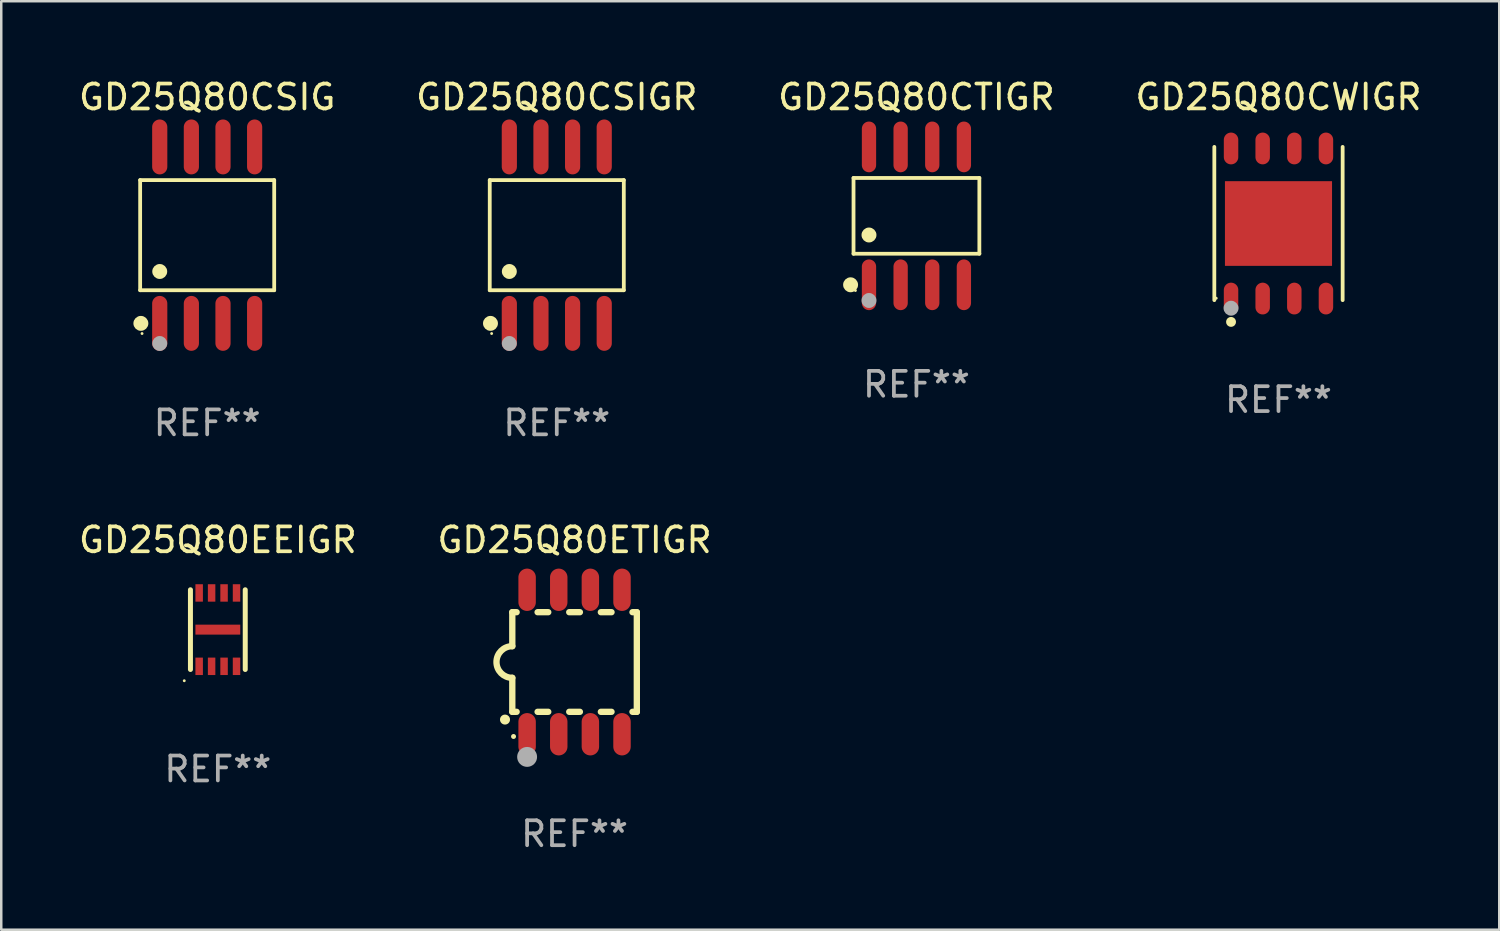
<source format=kicad_pcb>
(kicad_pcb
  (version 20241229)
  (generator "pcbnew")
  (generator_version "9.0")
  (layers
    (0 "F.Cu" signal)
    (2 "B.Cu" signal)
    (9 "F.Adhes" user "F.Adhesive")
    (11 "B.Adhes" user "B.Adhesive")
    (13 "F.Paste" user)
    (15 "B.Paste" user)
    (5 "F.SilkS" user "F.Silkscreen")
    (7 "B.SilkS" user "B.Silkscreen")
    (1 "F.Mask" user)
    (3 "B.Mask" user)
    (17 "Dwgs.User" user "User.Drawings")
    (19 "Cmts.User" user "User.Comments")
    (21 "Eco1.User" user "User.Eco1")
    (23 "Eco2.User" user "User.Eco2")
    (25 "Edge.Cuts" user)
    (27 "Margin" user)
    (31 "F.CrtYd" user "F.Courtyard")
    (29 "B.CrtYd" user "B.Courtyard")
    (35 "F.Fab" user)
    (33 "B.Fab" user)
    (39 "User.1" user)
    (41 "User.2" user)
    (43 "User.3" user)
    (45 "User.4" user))
  (footprint "GD25Q80CTIGR"
    (layer "F.Cu")
    (at 33.744 5.616)
    (property "Reference" "GD25Q80CTIGR" (at 0 -4.768 0) (layer "F.SilkS") (effects (font (size 1 1) (thickness 0.15))))
    (attr through_hole)
    (fp_line (start -2.526 -1.521) (end 2.526 -1.521) (stroke (width 0.152) (type solid)) (layer "F.SilkS"))
    (fp_line (start -2.526 1.521) (end -2.526 -1.521) (stroke (width 0.152) (type solid)) (layer "F.SilkS"))
    (fp_line (start 2.526 -1.521) (end 2.526 1.521) (stroke (width 0.152) (type solid)) (layer "F.SilkS"))
    (fp_line (start 2.526 1.521) (end -2.526 1.521) (stroke (width 0.152) (type solid)) (layer "F.SilkS"))
    (fp_circle (center -2.644 2.768) (end -2.494 2.768) (stroke (width 0.3) (type solid)) (fill no) (layer "F.SilkS"))
    (fp_circle (center -2.45 2.998) (end -2.42 2.998) (stroke (width 0.06) (type solid)) (fill no) (layer "F.SilkS"))
    (fp_circle (center -1.905 0.769) (end -1.755 0.769) (stroke (width 0.3) (type solid)) (fill no) (layer "F.SilkS"))
    (fp_circle (center -1.905 3.398) (end -1.755 3.398) (stroke (width 0.3) (type solid)) (fill no) (layer "F.Fab"))
    (fp_text user "REF**" (at 0 6.768 0) (layer "F.Fab") (effects (font (size 1 1) (thickness 0.15))))
    (pad "1" smd oval (at -1.905 2.768) (size 0.574 2.036) (layers "F.Cu" "F.Mask" "F.Paste"))
    (pad "2" smd oval (at -0.635 2.768) (size 0.574 2.036) (layers "F.Cu" "F.Mask" "F.Paste"))
    (pad "3" smd oval (at 0.635 2.768) (size 0.574 2.036) (layers "F.Cu" "F.Mask" "F.Paste"))
    (pad "4" smd oval (at 1.905 2.768) (size 0.574 2.036) (layers "F.Cu" "F.Mask" "F.Paste"))
    (pad "5" smd oval (at 1.905 -2.768) (size 0.574 2.036) (layers "F.Cu" "F.Mask" "F.Paste"))
    (pad "6" smd oval (at 0.635 -2.768) (size 0.574 2.036) (layers "F.Cu" "F.Mask" "F.Paste"))
    (pad "7" smd oval (at -0.635 -2.768) (size 0.574 2.036) (layers "F.Cu" "F.Mask" "F.Paste"))
    (pad "8" smd oval (at -1.905 -2.768) (size 0.574 2.036) (layers "F.Cu" "F.Mask" "F.Paste")))
  (footprint "GD25Q80CSIG"
    (layer "F.Cu")
    (at 5.268 6.391)
    (property "Reference" "GD25Q80CSIG" (at 0 -5.542 0) (layer "F.SilkS") (effects (font (size 1 1) (thickness 0.15))))
    (attr through_hole)
    (fp_line (start -2.691 -2.211) (end 2.691 -2.211) (stroke (width 0.152) (type solid)) (layer "F.SilkS"))
    (fp_line (start -2.691 2.211) (end -2.691 -2.211) (stroke (width 0.152) (type solid)) (layer "F.SilkS"))
    (fp_line (start 2.691 -2.211) (end 2.691 2.211) (stroke (width 0.152) (type solid)) (layer "F.SilkS"))
    (fp_line (start 2.691 2.211) (end -2.691 2.211) (stroke (width 0.152) (type solid)) (layer "F.SilkS"))
    (fp_circle (center -2.662 3.542) (end -2.512 3.542) (stroke (width 0.3) (type solid)) (fill no) (layer "F.SilkS"))
    (fp_circle (center -2.615 3.95) (end -2.585 3.95) (stroke (width 0.06) (type solid)) (fill no) (layer "F.SilkS"))
    (fp_circle (center -1.905 1.459) (end -1.755 1.459) (stroke (width 0.3) (type solid)) (fill no) (layer "F.SilkS"))
    (fp_circle (center -1.905 4.35) (end -1.755 4.35) (stroke (width 0.3) (type solid)) (fill no) (layer "F.Fab"))
    (fp_text user "REF**" (at 0 7.542 0) (layer "F.Fab") (effects (font (size 1 1) (thickness 0.15))))
    (pad "1" smd oval (at -1.905 3.542) (size 0.609 2.204) (layers "F.Cu" "F.Mask" "F.Paste"))
    (pad "2" smd oval (at -0.635 3.542) (size 0.609 2.204) (layers "F.Cu" "F.Mask" "F.Paste"))
    (pad "3" smd oval (at 0.635 3.542) (size 0.609 2.204) (layers "F.Cu" "F.Mask" "F.Paste"))
    (pad "4" smd oval (at 1.905 3.542) (size 0.609 2.204) (layers "F.Cu" "F.Mask" "F.Paste"))
    (pad "5" smd oval (at 1.905 -3.542) (size 0.609 2.204) (layers "F.Cu" "F.Mask" "F.Paste"))
    (pad "6" smd oval (at 0.635 -3.542) (size 0.609 2.204) (layers "F.Cu" "F.Mask" "F.Paste"))
    (pad "7" smd oval (at -0.635 -3.542) (size 0.609 2.204) (layers "F.Cu" "F.Mask" "F.Paste"))
    (pad "8" smd oval (at -1.905 -3.542) (size 0.609 2.204) (layers "F.Cu" "F.Mask" "F.Paste")))
  (footprint "GD25Q80ETIGR"
    (layer "F.Cu")
    (at 20.018 23.529)
    (property "Reference" "GD25Q80ETIGR" (at 0 -4.9 0) (layer "F.SilkS") (effects (font (size 1 1) (thickness 0.15))))
    (attr through_hole)
    (fp_line (start -2.5 -2) (end -2.5 -0.635) (stroke (width 0.254) (type solid)) (layer "F.SilkS"))
    (fp_line (start -2.5 -2) (end -2.326 -2) (stroke (width 0.254) (type solid)) (layer "F.SilkS"))
    (fp_line (start -2.5 2) (end -2.5 0.635) (stroke (width 0.254) (type solid)) (layer "F.SilkS"))
    (fp_line (start -2.5 2) (end -2.326 2) (stroke (width 0.254) (type solid)) (layer "F.SilkS"))
    (fp_line (start -1.484 -2) (end -1.056 -2) (stroke (width 0.254) (type solid)) (layer "F.SilkS"))
    (fp_line (start -1.484 2) (end -1.056 2) (stroke (width 0.254) (type solid)) (layer "F.SilkS"))
    (fp_line (start -0.214 -2) (end 0.214 -2) (stroke (width 0.254) (type solid)) (layer "F.SilkS"))
    (fp_line (start -0.214 2) (end 0.214 2) (stroke (width 0.254) (type solid)) (layer "F.SilkS"))
    (fp_line (start 1.056 -2) (end 1.484 -2) (stroke (width 0.254) (type solid)) (layer "F.SilkS"))
    (fp_line (start 1.056 2) (end 1.484 2) (stroke (width 0.254) (type solid)) (layer "F.SilkS"))
    (fp_line (start 2.326 -2) (end 2.5 -2) (stroke (width 0.254) (type solid)) (layer "F.SilkS"))
    (fp_line (start 2.326 2) (end 2.5 2) (stroke (width 0.254) (type solid)) (layer "F.SilkS"))
    (fp_line (start 2.5 -2) (end 2.5 2) (stroke (width 0.254) (type solid)) (layer "F.SilkS"))
    (fp_arc (start -2.794006 2.311405) (mid -2.792736 2.311401) (end -2.791466 2.311405) (stroke (width 0.4) (type solid)) (layer "F.SilkS"))
    (fp_arc (start -2.5 0.635001) (mid -3.134366 -0.000318) (end -2.499365 -0.635001) (stroke (width 0.254001) (type solid)) (layer "F.SilkS"))
    (fp_circle (center -2.45 2.99) (end -2.4 2.99) (stroke (width 0.1) (type solid)) (fill no) (layer "F.SilkS"))
    (fp_circle (center -1.905 3.81) (end -1.705 3.81) (stroke (width 0.4) (type solid)) (fill no) (layer "F.Fab"))
    (fp_text user "REF**" (at 0 6.9 0) (layer "F.Fab") (effects (font (size 1 1) (thickness 0.15))))
    (pad "1" smd oval (at -1.905 2.9 180) (size 0.7 1.7) (layers "F.Cu" "F.Mask" "F.Paste"))
    (pad "2" smd oval (at -0.635 2.9 180) (size 0.7 1.7) (layers "F.Cu" "F.Mask" "F.Paste"))
    (pad "3" smd oval (at 0.635 2.9 180) (size 0.7 1.7) (layers "F.Cu" "F.Mask" "F.Paste"))
    (pad "4" smd oval (at 1.905 2.9 180) (size 0.7 1.7) (layers "F.Cu" "F.Mask" "F.Paste"))
    (pad "5" smd oval (at 1.905 -2.9 180) (size 0.7 1.7) (layers "F.Cu" "F.Mask" "F.Paste"))
    (pad "6" smd oval (at 0.635 -2.9 180) (size 0.7 1.7) (layers "F.Cu" "F.Mask" "F.Paste"))
    (pad "7" smd oval (at -0.635 -2.9 180) (size 0.7 1.7) (layers "F.Cu" "F.Mask" "F.Paste"))
    (pad "8" smd oval (at -1.905 -2.9 180) (size 0.7 1.7) (layers "F.Cu" "F.Mask" "F.Paste")))
  (footprint "GD25Q80CWIGR"
    (layer "F.Cu")
    (at 48.28 5.924)
    (property "Reference" "GD25Q80CWIGR" (at 0 -5.076 0) (layer "F.SilkS") (effects (font (size 1 1) (thickness 0.15))))
    (attr through_hole)
    (fp_line (start -2.576 3.076) (end -2.576 -3.076) (stroke (width 0.152) (type solid)) (layer "F.SilkS"))
    (fp_line (start 2.576 -3.076) (end 2.576 3.076) (stroke (width 0.152) (type solid)) (layer "F.SilkS"))
    (fp_circle (center -2.5 3) (end -2.47 3) (stroke (width 0.06) (type solid)) (fill no) (layer "F.SilkS"))
    (fp_circle (center -1.905 3.95) (end -1.805 3.95) (stroke (width 0.2) (type solid)) (fill no) (layer "F.SilkS"))
    (fp_circle (center -1.905 3.4) (end -1.755 3.4) (stroke (width 0.3) (type solid)) (fill no) (layer "F.Fab"))
    (fp_text user "REF**" (at 0 7.076 0) (layer "F.Fab") (effects (font (size 1 1) (thickness 0.15))))
    (pad "1" smd oval (at -1.905 3.013) (size 0.581 1.276) (layers "F.Cu" "F.Mask" "F.Paste"))
    (pad "2" smd oval (at -0.635 3.013) (size 0.581 1.276) (layers "F.Cu" "F.Mask" "F.Paste"))
    (pad "3" smd oval (at 0.635 3.013) (size 0.581 1.276) (layers "F.Cu" "F.Mask" "F.Paste"))
    (pad "4" smd oval (at 1.905 3.013) (size 0.581 1.276) (layers "F.Cu" "F.Mask" "F.Paste"))
    (pad "5" smd oval (at 1.905 -3.013) (size 0.581 1.276) (layers "F.Cu" "F.Mask" "F.Paste"))
    (pad "6" smd oval (at 0.635 -3.013) (size 0.581 1.276) (layers "F.Cu" "F.Mask" "F.Paste"))
    (pad "7" smd oval (at -0.635 -3.013) (size 0.581 1.276) (layers "F.Cu" "F.Mask" "F.Paste"))
    (pad "8" smd oval (at -1.905 -3.013) (size 0.581 1.276) (layers "F.Cu" "F.Mask" "F.Paste"))
    (pad "9" smd rect (at 0 0) (size 4.3 3.4) (layers "F.Cu" "F.Mask" "F.Paste")))
  (footprint "GD25Q80EEIGR"
    (layer "F.Cu")
    (at 5.696 22.229)
    (property "Reference" "GD25Q80EEIGR" (at 0 -3.6 0) (layer "F.SilkS") (effects (font (size 1 1) (thickness 0.15))))
    (attr through_hole)
    (fp_line (start -1.1 1.6) (end -1.1 -1.6) (stroke (width 0.2) (type solid)) (layer "F.SilkS"))
    (fp_line (start 1.1 1.6) (end 1.1 -1.6) (stroke (width 0.2) (type solid)) (layer "F.SilkS"))
    (fp_circle (center -1.348 2.052) (end -1.318 2.052) (stroke (width 0.06) (type solid)) (fill no) (layer "F.SilkS"))
    (fp_text user "REF**" (at 0 5.6 0) (layer "F.Fab") (effects (font (size 1 1) (thickness 0.15))))
    (pad "1" smd rect (at -0.75 1.473 90) (size 0.7 0.3) (layers "F.Cu" "F.Mask" "F.Paste"))
    (pad "2" smd rect (at -0.25 1.473 90) (size 0.7 0.3) (layers "F.Cu" "F.Mask" "F.Paste"))
    (pad "3" smd rect (at 0.25 1.473 90) (size 0.7 0.3) (layers "F.Cu" "F.Mask" "F.Paste"))
    (pad "4" smd rect (at 0.75 1.473 90) (size 0.7 0.3) (layers "F.Cu" "F.Mask" "F.Paste"))
    (pad "5" smd rect (at 0.75 -1.473 90) (size 0.7 0.3) (layers "F.Cu" "F.Mask" "F.Paste"))
    (pad "6" smd rect (at 0.25 -1.473 90) (size 0.7 0.3) (layers "F.Cu" "F.Mask" "F.Paste"))
    (pad "7" smd rect (at -0.25 -1.473 90) (size 0.7 0.3) (layers "F.Cu" "F.Mask" "F.Paste"))
    (pad "8" smd rect (at -0.75 -1.473 90) (size 0.7 0.3) (layers "F.Cu" "F.Mask" "F.Paste"))
    (pad "9" smd rect (at 0.000127 0) (size 1.8 0.4) (layers "F.Cu" "F.Mask" "F.Paste")))
  (footprint "GD25Q80CSIGR"
    (layer "F.Cu")
    (at 19.304 6.391)
    (property "Reference" "GD25Q80CSIGR" (at 0 -5.542 0) (layer "F.SilkS") (effects (font (size 1 1) (thickness 0.15))))
    (attr through_hole)
    (fp_line (start -2.691 -2.211) (end 2.691 -2.211) (stroke (width 0.152) (type solid)) (layer "F.SilkS"))
    (fp_line (start -2.691 2.211) (end -2.691 -2.211) (stroke (width 0.152) (type solid)) (layer "F.SilkS"))
    (fp_line (start 2.691 -2.211) (end 2.691 2.211) (stroke (width 0.152) (type solid)) (layer "F.SilkS"))
    (fp_line (start 2.691 2.211) (end -2.691 2.211) (stroke (width 0.152) (type solid)) (layer "F.SilkS"))
    (fp_circle (center -2.662 3.542) (end -2.512 3.542) (stroke (width 0.3) (type solid)) (fill no) (layer "F.SilkS"))
    (fp_circle (center -2.615 3.95) (end -2.585 3.95) (stroke (width 0.06) (type solid)) (fill no) (layer "F.SilkS"))
    (fp_circle (center -1.905 1.459) (end -1.755 1.459) (stroke (width 0.3) (type solid)) (fill no) (layer "F.SilkS"))
    (fp_circle (center -1.905 4.35) (end -1.755 4.35) (stroke (width 0.3) (type solid)) (fill no) (layer "F.Fab"))
    (fp_text user "REF**" (at 0 7.542 0) (layer "F.Fab") (effects (font (size 1 1) (thickness 0.15))))
    (pad "1" smd oval (at -1.905 3.542) (size 0.609 2.204) (layers "F.Cu" "F.Mask" "F.Paste"))
    (pad "2" smd oval (at -0.635 3.542) (size 0.609 2.204) (layers "F.Cu" "F.Mask" "F.Paste"))
    (pad "3" smd oval (at 0.635 3.542) (size 0.609 2.204) (layers "F.Cu" "F.Mask" "F.Paste"))
    (pad "4" smd oval (at 1.905 3.542) (size 0.609 2.204) (layers "F.Cu" "F.Mask" "F.Paste"))
    (pad "5" smd oval (at 1.905 -3.542) (size 0.609 2.204) (layers "F.Cu" "F.Mask" "F.Paste"))
    (pad "6" smd oval (at 0.635 -3.542) (size 0.609 2.204) (layers "F.Cu" "F.Mask" "F.Paste"))
    (pad "7" smd oval (at -0.635 -3.542) (size 0.609 2.204) (layers "F.Cu" "F.Mask" "F.Paste"))
    (pad "8" smd oval (at -1.905 -3.542) (size 0.609 2.204) (layers "F.Cu" "F.Mask" "F.Paste")))
  (gr_rect
    (start -3 -3)
    (end 57.143 34.278)
    (stroke (width 0.1) (type default))
    (fill no)
    (layer "Edge.Cuts")))
</source>
